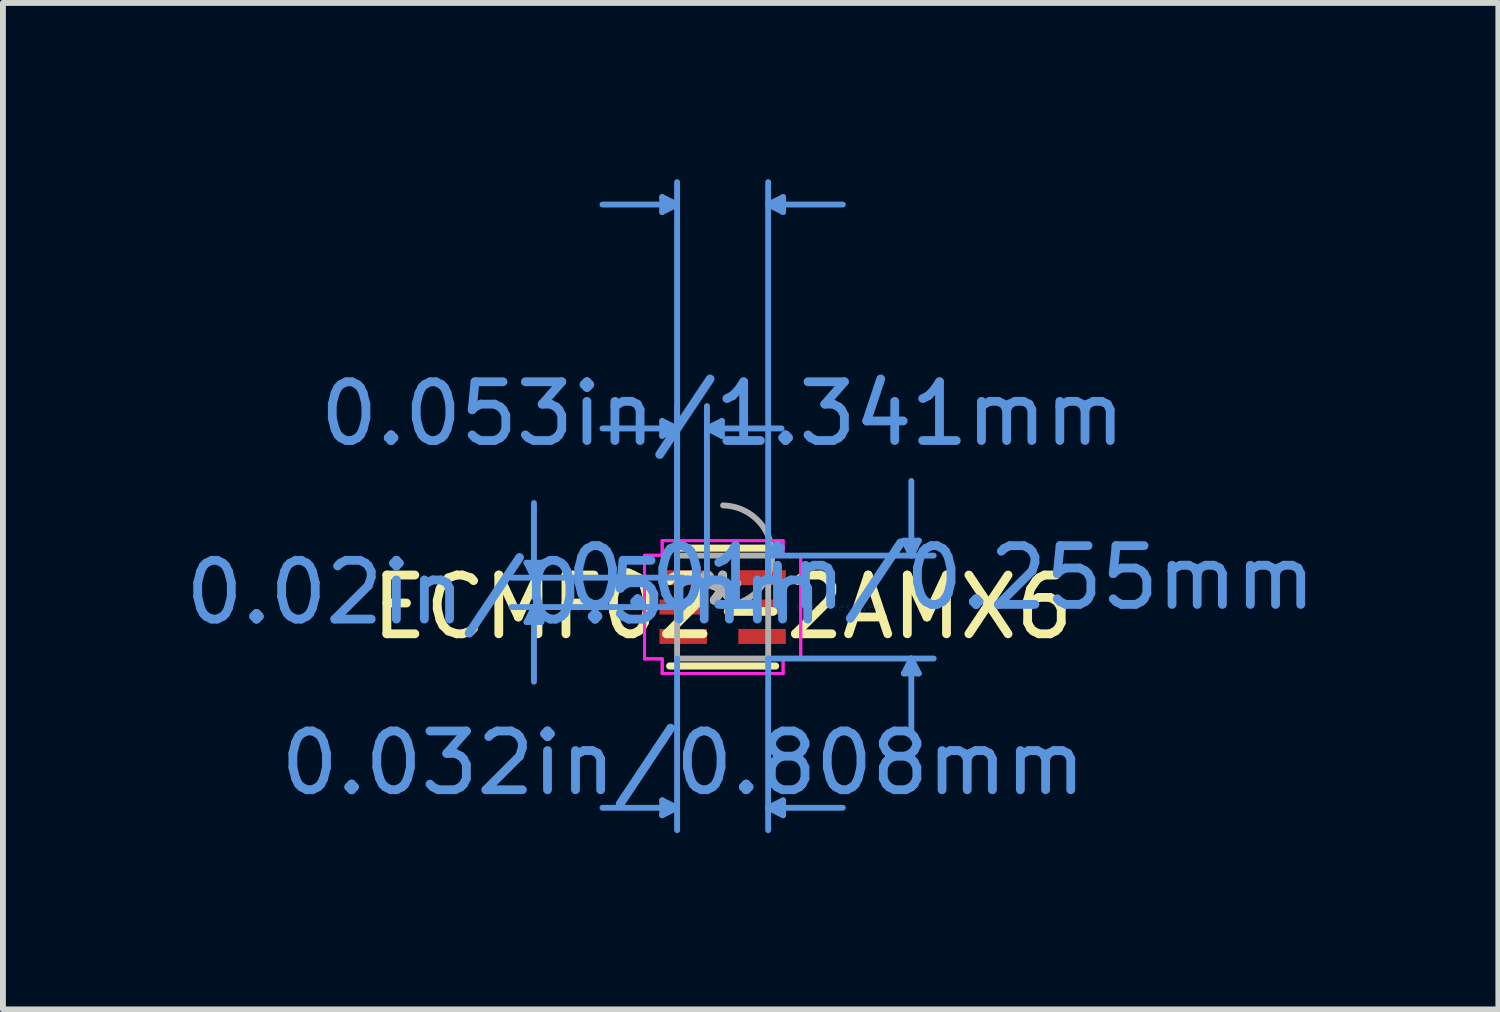
<source format=kicad_pcb>
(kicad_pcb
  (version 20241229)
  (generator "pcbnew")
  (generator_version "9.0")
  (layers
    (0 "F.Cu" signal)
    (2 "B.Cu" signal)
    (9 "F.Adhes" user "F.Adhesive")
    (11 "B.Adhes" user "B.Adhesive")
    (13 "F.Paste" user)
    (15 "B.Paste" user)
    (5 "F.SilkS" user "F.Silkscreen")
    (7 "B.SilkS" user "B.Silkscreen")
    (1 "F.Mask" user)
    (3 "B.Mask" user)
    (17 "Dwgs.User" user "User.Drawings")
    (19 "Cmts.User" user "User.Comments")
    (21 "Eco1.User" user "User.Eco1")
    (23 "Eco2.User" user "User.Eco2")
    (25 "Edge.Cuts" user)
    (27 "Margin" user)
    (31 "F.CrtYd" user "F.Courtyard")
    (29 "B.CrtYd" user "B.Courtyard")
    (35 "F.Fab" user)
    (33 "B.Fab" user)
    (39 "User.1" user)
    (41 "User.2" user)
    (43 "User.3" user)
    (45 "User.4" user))
  (footprint "ECMF02-2AMX6"
    (layer "F.Cu")
    (at 9.248 7.281)
    (property "Reference" "ECMF02-2AMX6" (at 0 0 0) (layer "F.SilkS") (effects (font (size 1 1) (thickness 0.15))))
    (attr through_hole)
    (fp_line (start -0.902 1.003) (end 0.902 1.003) (stroke (width 0.12) (type solid)) (layer "F.SilkS"))
    (fp_line (start 0.902 -1.003) (end -0.902 -1.003) (stroke (width 0.12) (type solid)) (layer "F.SilkS"))
    (fp_circle (center -1.625 -0.5) (end -1.524 -0.5) (stroke (width 0.12) (type solid)) (fill no) (layer "F.SilkS"))
    (fp_line (start -3.338 -0.754) (end -3.084 -0.754) (stroke (width 0.1) (type solid)) (layer "Cmts.User"))
    (fp_line (start -3.338 0.254) (end -3.084 0.254) (stroke (width 0.1) (type solid)) (layer "Cmts.User"))
    (fp_line (start -3.211 -0.5) (end -3.338 -0.754) (stroke (width 0.1) (type solid)) (layer "Cmts.User"))
    (fp_line (start -3.211 -0.5) (end -3.211 -1.77) (stroke (width 0.1) (type solid)) (layer "Cmts.User"))
    (fp_line (start -3.211 -0.5) (end -3.084 -0.754) (stroke (width 0.1) (type solid)) (layer "Cmts.User"))
    (fp_line (start -3.211 0) (end -3.338 0.254) (stroke (width 0.1) (type solid)) (layer "Cmts.User"))
    (fp_line (start -3.211 0) (end -3.211 1.27) (stroke (width 0.1) (type solid)) (layer "Cmts.User"))
    (fp_line (start -3.211 0) (end -3.084 0.254) (stroke (width 0.1) (type solid)) (layer "Cmts.User"))
    (fp_line (start -1.029 -6.977) (end -1.029 -6.723) (stroke (width 0.1) (type solid)) (layer "Cmts.User"))
    (fp_line (start -1.029 -3.167) (end -1.029 -2.913) (stroke (width 0.1) (type solid)) (layer "Cmts.User"))
    (fp_line (start -1.029 3.289) (end -1.029 3.543) (stroke (width 0.1) (type solid)) (layer "Cmts.User"))
    (fp_line (start -0.775 -6.85) (end -2.045 -6.85) (stroke (width 0.1) (type solid)) (layer "Cmts.User"))
    (fp_line (start -0.775 -6.85) (end -1.029 -6.977) (stroke (width 0.1) (type solid)) (layer "Cmts.User"))
    (fp_line (start -0.775 -6.85) (end -1.029 -6.723) (stroke (width 0.1) (type solid)) (layer "Cmts.User"))
    (fp_line (start -0.775 -3.04) (end -2.045 -3.04) (stroke (width 0.1) (type solid)) (layer "Cmts.User"))
    (fp_line (start -0.775 -3.04) (end -1.029 -3.167) (stroke (width 0.1) (type solid)) (layer "Cmts.User"))
    (fp_line (start -0.775 -3.04) (end -1.029 -2.913) (stroke (width 0.1) (type solid)) (layer "Cmts.User"))
    (fp_line (start -0.775 -0.5) (end -0.775 -7.231) (stroke (width 0.1) (type solid)) (layer "Cmts.User"))
    (fp_line (start -0.775 -0.5) (end -0.775 -3.421) (stroke (width 0.1) (type solid)) (layer "Cmts.User"))
    (fp_line (start -0.775 0.876) (end -0.775 3.797) (stroke (width 0.1) (type solid)) (layer "Cmts.User"))
    (fp_line (start -0.775 3.416) (end -2.045 3.416) (stroke (width 0.1) (type solid)) (layer "Cmts.User"))
    (fp_line (start -0.775 3.416) (end -1.029 3.289) (stroke (width 0.1) (type solid)) (layer "Cmts.User"))
    (fp_line (start -0.775 3.416) (end -1.029 3.543) (stroke (width 0.1) (type solid)) (layer "Cmts.User"))
    (fp_line (start -0.671 -0.5) (end -3.592 -0.5) (stroke (width 0.1) (type solid)) (layer "Cmts.User"))
    (fp_line (start -0.671 0) (end -3.592 0) (stroke (width 0.1) (type solid)) (layer "Cmts.User"))
    (fp_line (start -0.267 -3.04) (end -0.013 -3.167) (stroke (width 0.1) (type solid)) (layer "Cmts.User"))
    (fp_line (start -0.267 -3.04) (end -0.013 -2.913) (stroke (width 0.1) (type solid)) (layer "Cmts.User"))
    (fp_line (start -0.267 -3.04) (end 1.003 -3.04) (stroke (width 0.1) (type solid)) (layer "Cmts.User"))
    (fp_line (start -0.267 -0.5) (end -0.267 -3.421) (stroke (width 0.1) (type solid)) (layer "Cmts.User"))
    (fp_line (start -0.013 -3.167) (end -0.013 -2.913) (stroke (width 0.1) (type solid)) (layer "Cmts.User"))
    (fp_line (start 0.775 -6.85) (end 1.029 -6.977) (stroke (width 0.1) (type solid)) (layer "Cmts.User"))
    (fp_line (start 0.775 -6.85) (end 1.029 -6.723) (stroke (width 0.1) (type solid)) (layer "Cmts.User"))
    (fp_line (start 0.775 -6.85) (end 2.045 -6.85) (stroke (width 0.1) (type solid)) (layer "Cmts.User"))
    (fp_line (start 0.775 -0.876) (end 3.592 -0.876) (stroke (width 0.1) (type solid)) (layer "Cmts.User"))
    (fp_line (start 0.775 -0.5) (end 0.775 -7.231) (stroke (width 0.1) (type solid)) (layer "Cmts.User"))
    (fp_line (start 0.775 0.876) (end 0.775 3.797) (stroke (width 0.1) (type solid)) (layer "Cmts.User"))
    (fp_line (start 0.775 0.876) (end 3.592 0.876) (stroke (width 0.1) (type solid)) (layer "Cmts.User"))
    (fp_line (start 0.775 3.416) (end 1.029 3.289) (stroke (width 0.1) (type solid)) (layer "Cmts.User"))
    (fp_line (start 0.775 3.416) (end 1.029 3.543) (stroke (width 0.1) (type solid)) (layer "Cmts.User"))
    (fp_line (start 0.775 3.416) (end 2.045 3.416) (stroke (width 0.1) (type solid)) (layer "Cmts.User"))
    (fp_line (start 1.029 -6.977) (end 1.029 -6.723) (stroke (width 0.1) (type solid)) (layer "Cmts.User"))
    (fp_line (start 1.029 3.289) (end 1.029 3.543) (stroke (width 0.1) (type solid)) (layer "Cmts.User"))
    (fp_line (start 3.084 -1.13) (end 3.338 -1.13) (stroke (width 0.1) (type solid)) (layer "Cmts.User"))
    (fp_line (start 3.084 1.13) (end 3.338 1.13) (stroke (width 0.1) (type solid)) (layer "Cmts.User"))
    (fp_line (start 3.211 -0.876) (end 3.084 -1.13) (stroke (width 0.1) (type solid)) (layer "Cmts.User"))
    (fp_line (start 3.211 -0.876) (end 3.211 -2.146) (stroke (width 0.1) (type solid)) (layer "Cmts.User"))
    (fp_line (start 3.211 -0.876) (end 3.338 -1.13) (stroke (width 0.1) (type solid)) (layer "Cmts.User"))
    (fp_line (start 3.211 0.876) (end 3.084 1.13) (stroke (width 0.1) (type solid)) (layer "Cmts.User"))
    (fp_line (start 3.211 0.876) (end 3.211 2.146) (stroke (width 0.1) (type solid)) (layer "Cmts.User"))
    (fp_line (start 3.211 0.876) (end 3.338 1.13) (stroke (width 0.1) (type solid)) (layer "Cmts.User"))
    (fp_line (start -1.329 -0.881) (end -1.029 -0.881) (stroke (width 0.05) (type solid)) (layer "F.CrtYd"))
    (fp_line (start -1.329 -0.881) (end -1.029 -0.881) (stroke (width 0.05) (type solid)) (layer "F.CrtYd"))
    (fp_line (start -1.329 0.881) (end -1.329 -0.881) (stroke (width 0.05) (type solid)) (layer "F.CrtYd"))
    (fp_line (start -1.329 0.881) (end -1.329 -0.881) (stroke (width 0.05) (type solid)) (layer "F.CrtYd"))
    (fp_line (start -1.329 0.881) (end -1.029 0.881) (stroke (width 0.05) (type solid)) (layer "F.CrtYd"))
    (fp_line (start -1.029 -1.13) (end 1.029 -1.13) (stroke (width 0.05) (type solid)) (layer "F.CrtYd"))
    (fp_line (start -1.029 -1.13) (end 1.029 -1.13) (stroke (width 0.05) (type solid)) (layer "F.CrtYd"))
    (fp_line (start -1.029 -0.881) (end -1.029 -1.13) (stroke (width 0.05) (type solid)) (layer "F.CrtYd"))
    (fp_line (start -1.029 -0.881) (end -1.029 -1.13) (stroke (width 0.05) (type solid)) (layer "F.CrtYd"))
    (fp_line (start -1.029 0.881) (end -1.329 0.881) (stroke (width 0.05) (type solid)) (layer "F.CrtYd"))
    (fp_line (start -1.029 1.13) (end -1.029 0.881) (stroke (width 0.05) (type solid)) (layer "F.CrtYd"))
    (fp_line (start -1.029 1.13) (end -1.029 0.881) (stroke (width 0.05) (type solid)) (layer "F.CrtYd"))
    (fp_line (start 1.029 -1.13) (end 1.029 -0.881) (stroke (width 0.05) (type solid)) (layer "F.CrtYd"))
    (fp_line (start 1.029 -1.13) (end 1.029 -0.881) (stroke (width 0.05) (type solid)) (layer "F.CrtYd"))
    (fp_line (start 1.029 -0.881) (end 1.329 -0.881) (stroke (width 0.05) (type solid)) (layer "F.CrtYd"))
    (fp_line (start 1.029 0.881) (end 1.029 1.13) (stroke (width 0.05) (type solid)) (layer "F.CrtYd"))
    (fp_line (start 1.029 0.881) (end 1.029 1.13) (stroke (width 0.05) (type solid)) (layer "F.CrtYd"))
    (fp_line (start 1.029 1.13) (end -1.029 1.13) (stroke (width 0.05) (type solid)) (layer "F.CrtYd"))
    (fp_line (start 1.029 1.13) (end -1.029 1.13) (stroke (width 0.05) (type solid)) (layer "F.CrtYd"))
    (fp_line (start 1.329 -0.881) (end 1.029 -0.881) (stroke (width 0.05) (type solid)) (layer "F.CrtYd"))
    (fp_line (start 1.329 -0.881) (end 1.329 0.881) (stroke (width 0.05) (type solid)) (layer "F.CrtYd"))
    (fp_line (start 1.329 -0.881) (end 1.329 0.881) (stroke (width 0.05) (type solid)) (layer "F.CrtYd"))
    (fp_line (start 1.329 0.881) (end 1.029 0.881) (stroke (width 0.05) (type solid)) (layer "F.CrtYd"))
    (fp_line (start 1.329 0.881) (end 1.029 0.881) (stroke (width 0.05) (type solid)) (layer "F.CrtYd"))
    (fp_line (start -0.775 -0.876) (end -0.775 0.876) (stroke (width 0.1) (type solid)) (layer "F.Fab"))
    (fp_line (start -0.775 0.876) (end 0.775 0.876) (stroke (width 0.1) (type solid)) (layer "F.Fab"))
    (fp_line (start 0.775 -0.876) (end -0.775 -0.876) (stroke (width 0.1) (type solid)) (layer "F.Fab"))
    (fp_line (start 0.775 0.876) (end 0.775 -0.876) (stroke (width 0.1) (type solid)) (layer "F.Fab"))
    (fp_arc (start 0.007742 -1.730342) (mid 0.854042 -0.868558) (end -0.007742 -0.022258) (stroke (width 0.1) (type solid)) (layer "F.Fab"))
    (fp_circle (center -0.267 -0.5) (end -0.191 -0.5) (stroke (width 0.1) (type solid)) (fill no) (layer "F.Fab"))
    (fp_text user "*" (at 0 0 0) (layer "F.SilkS") (effects (font (size 1 1) (thickness 0.15))))
    (fp_text user "0.02in/0.5mm" (at -3.719 -0.25 0) (layer "Cmts.User") (effects (font (size 1 1) (thickness 0.15))))
    (fp_text user "0.053in/1.341mm" (at 0 -3.289 0) (layer "Cmts.User") (effects (font (size 1 1) (thickness 0.15))))
    (fp_text user "0.032in/0.808mm" (at -0.671 2.654 0) (layer "Cmts.User") (effects (font (size 1 1) (thickness 0.15))))
    (fp_text user "Copyright 2021 Accelerated Designs. All rights reserved." (at 0 0 0) (layer "Cmts.User") (effects (font (size 0.127 0.127) (thickness 0.002))))
    (fp_text user "0.01in/0.255mm" (at 3.719 -0.5 0) (layer "Cmts.User") (effects (font (size 1 1) (thickness 0.15))))
    (fp_text user "*" (at 0 0 0) (layer "F.Fab") (effects (font (size 1 1) (thickness 0.15))))
    (pad "1" smd rect (at -0.671 -0.5) (size 0.808 0.255) (layers "F.Cu" "F.Mask" "F.Paste"))
    (pad "2" smd rect (at -0.671 0) (size 0.808 0.255) (layers "F.Cu" "F.Mask" "F.Paste"))
    (pad "3" smd rect (at -0.671 0.5) (size 0.808 0.255) (layers "F.Cu" "F.Mask" "F.Paste"))
    (pad "4" smd rect (at 0.671 0.5) (size 0.808 0.255) (layers "F.Cu" "F.Mask" "F.Paste"))
    (pad "5" smd rect (at 0.671 0) (size 0.808 0.255) (layers "F.Cu" "F.Mask" "F.Paste"))
    (pad "6" smd rect (at 0.671 -0.5) (size 0.808 0.255) (layers "F.Cu" "F.Mask" "F.Paste")))
  (gr_rect
    (start -3 -3)
    (end 22.449 14.128)
    (stroke (width 0.1) (type default))
    (fill no)
    (layer "Edge.Cuts")))
</source>
